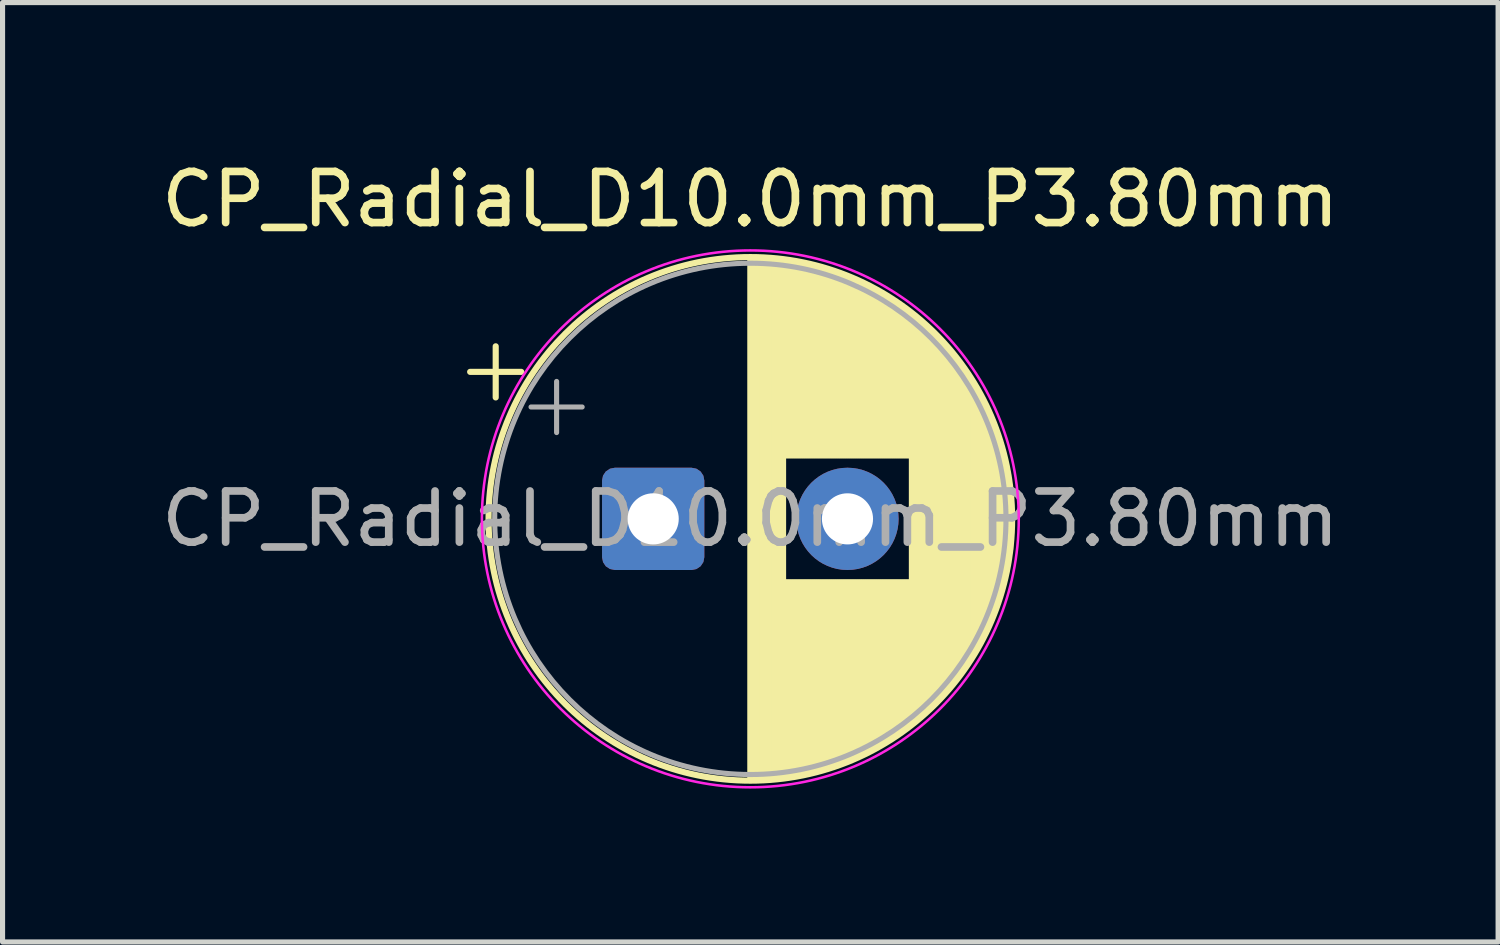
<source format=kicad_pcb>
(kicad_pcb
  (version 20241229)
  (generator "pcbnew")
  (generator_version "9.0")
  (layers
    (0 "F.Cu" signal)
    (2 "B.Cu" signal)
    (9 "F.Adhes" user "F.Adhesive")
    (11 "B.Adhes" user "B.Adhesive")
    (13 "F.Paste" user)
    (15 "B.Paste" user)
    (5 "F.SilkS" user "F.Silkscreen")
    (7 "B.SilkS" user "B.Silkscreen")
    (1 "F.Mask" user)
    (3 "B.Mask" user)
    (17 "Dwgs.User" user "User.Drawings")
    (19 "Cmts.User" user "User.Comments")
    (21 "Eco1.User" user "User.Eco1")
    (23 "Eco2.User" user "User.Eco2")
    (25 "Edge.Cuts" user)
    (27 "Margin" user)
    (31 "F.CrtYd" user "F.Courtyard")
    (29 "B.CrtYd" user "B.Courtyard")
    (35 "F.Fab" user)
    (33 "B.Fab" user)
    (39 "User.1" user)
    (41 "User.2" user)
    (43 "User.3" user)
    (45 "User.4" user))
  (footprint "CP_Radial_D10.0mm_P3.80mm"
    (layer "F.Cu")
    (at 9.725 7.098)
    (property "Reference" "CP_Radial_D10.0mm_P3.80mm" (at 1.9 -6.25 0) (layer "F.SilkS") (effects (font (size 1 1) (thickness 0.15))))
    (attr through_hole)
    (fp_line (start -3.58 -2.875) (end -2.58 -2.875) (stroke (width 0.12) (type solid)) (layer "F.SilkS"))
    (fp_line (start -3.08 -3.375) (end -3.08 -2.375) (stroke (width 0.12) (type solid)) (layer "F.SilkS"))
    (fp_line (start 1.9 -5.08) (end 1.9 5.08) (stroke (width 0.12) (type solid)) (layer "F.SilkS"))
    (fp_line (start 1.94 -5.08) (end 1.94 5.08) (stroke (width 0.12) (type solid)) (layer "F.SilkS"))
    (fp_line (start 1.98 -5.079) (end 1.98 5.079) (stroke (width 0.12) (type solid)) (layer "F.SilkS"))
    (fp_line (start 2.02 -5.079) (end 2.02 5.079) (stroke (width 0.12) (type solid)) (layer "F.SilkS"))
    (fp_line (start 2.06 -5.077) (end 2.06 5.077) (stroke (width 0.12) (type solid)) (layer "F.SilkS"))
    (fp_line (start 2.1 -5.076) (end 2.1 5.076) (stroke (width 0.12) (type solid)) (layer "F.SilkS"))
    (fp_line (start 2.14 -5.074) (end 2.14 5.074) (stroke (width 0.12) (type solid)) (layer "F.SilkS"))
    (fp_line (start 2.18 -5.072) (end 2.18 5.072) (stroke (width 0.12) (type solid)) (layer "F.SilkS"))
    (fp_line (start 2.22 -5.07) (end 2.22 5.07) (stroke (width 0.12) (type solid)) (layer "F.SilkS"))
    (fp_line (start 2.26 -5.067) (end 2.26 5.067) (stroke (width 0.12) (type solid)) (layer "F.SilkS"))
    (fp_line (start 2.3 -5.064) (end 2.3 5.064) (stroke (width 0.12) (type solid)) (layer "F.SilkS"))
    (fp_line (start 2.34 -5.061) (end 2.34 5.061) (stroke (width 0.12) (type solid)) (layer "F.SilkS"))
    (fp_line (start 2.38 -5.057) (end 2.38 5.057) (stroke (width 0.12) (type solid)) (layer "F.SilkS"))
    (fp_line (start 2.42 -5.054) (end 2.42 5.054) (stroke (width 0.12) (type solid)) (layer "F.SilkS"))
    (fp_line (start 2.46 -5.049) (end 2.46 5.049) (stroke (width 0.12) (type solid)) (layer "F.SilkS"))
    (fp_line (start 2.5 -5.045) (end 2.5 5.045) (stroke (width 0.12) (type solid)) (layer "F.SilkS"))
    (fp_line (start 2.54 -5.04) (end 2.54 5.04) (stroke (width 0.12) (type solid)) (layer "F.SilkS"))
    (fp_line (start 2.58 -5.035) (end 2.58 -1.24) (stroke (width 0.12) (type solid)) (layer "F.SilkS"))
    (fp_line (start 2.58 1.24) (end 2.58 5.035) (stroke (width 0.12) (type solid)) (layer "F.SilkS"))
    (fp_line (start 2.62 -5.029) (end 2.62 -1.24) (stroke (width 0.12) (type solid)) (layer "F.SilkS"))
    (fp_line (start 2.62 1.24) (end 2.62 5.029) (stroke (width 0.12) (type solid)) (layer "F.SilkS"))
    (fp_line (start 2.66 -5.023) (end 2.66 -1.24) (stroke (width 0.12) (type solid)) (layer "F.SilkS"))
    (fp_line (start 2.66 1.24) (end 2.66 5.023) (stroke (width 0.12) (type solid)) (layer "F.SilkS"))
    (fp_line (start 2.7 -5.017) (end 2.7 -1.24) (stroke (width 0.12) (type solid)) (layer "F.SilkS"))
    (fp_line (start 2.7 1.24) (end 2.7 5.017) (stroke (width 0.12) (type solid)) (layer "F.SilkS"))
    (fp_line (start 2.74 -5.011) (end 2.74 -1.24) (stroke (width 0.12) (type solid)) (layer "F.SilkS"))
    (fp_line (start 2.74 1.24) (end 2.74 5.011) (stroke (width 0.12) (type solid)) (layer "F.SilkS"))
    (fp_line (start 2.78 -5.004) (end 2.78 -1.24) (stroke (width 0.12) (type solid)) (layer "F.SilkS"))
    (fp_line (start 2.78 1.24) (end 2.78 5.004) (stroke (width 0.12) (type solid)) (layer "F.SilkS"))
    (fp_line (start 2.82 -4.997) (end 2.82 -1.24) (stroke (width 0.12) (type solid)) (layer "F.SilkS"))
    (fp_line (start 2.82 1.24) (end 2.82 4.997) (stroke (width 0.12) (type solid)) (layer "F.SilkS"))
    (fp_line (start 2.86 -4.989) (end 2.86 -1.24) (stroke (width 0.12) (type solid)) (layer "F.SilkS"))
    (fp_line (start 2.86 1.24) (end 2.86 4.989) (stroke (width 0.12) (type solid)) (layer "F.SilkS"))
    (fp_line (start 2.9 -4.981) (end 2.9 -1.24) (stroke (width 0.12) (type solid)) (layer "F.SilkS"))
    (fp_line (start 2.9 1.24) (end 2.9 4.981) (stroke (width 0.12) (type solid)) (layer "F.SilkS"))
    (fp_line (start 2.94 -4.973) (end 2.94 -1.24) (stroke (width 0.12) (type solid)) (layer "F.SilkS"))
    (fp_line (start 2.94 1.24) (end 2.94 4.973) (stroke (width 0.12) (type solid)) (layer "F.SilkS"))
    (fp_line (start 2.98 -4.965) (end 2.98 -1.24) (stroke (width 0.12) (type solid)) (layer "F.SilkS"))
    (fp_line (start 2.98 1.24) (end 2.98 4.965) (stroke (width 0.12) (type solid)) (layer "F.SilkS"))
    (fp_line (start 3.02 -4.956) (end 3.02 -1.24) (stroke (width 0.12) (type solid)) (layer "F.SilkS"))
    (fp_line (start 3.02 1.24) (end 3.02 4.956) (stroke (width 0.12) (type solid)) (layer "F.SilkS"))
    (fp_line (start 3.06 -4.947) (end 3.06 -1.24) (stroke (width 0.12) (type solid)) (layer "F.SilkS"))
    (fp_line (start 3.06 1.24) (end 3.06 4.947) (stroke (width 0.12) (type solid)) (layer "F.SilkS"))
    (fp_line (start 3.1 -4.937) (end 3.1 -1.24) (stroke (width 0.12) (type solid)) (layer "F.SilkS"))
    (fp_line (start 3.1 1.24) (end 3.1 4.937) (stroke (width 0.12) (type solid)) (layer "F.SilkS"))
    (fp_line (start 3.14 -4.928) (end 3.14 -1.24) (stroke (width 0.12) (type solid)) (layer "F.SilkS"))
    (fp_line (start 3.14 1.24) (end 3.14 4.928) (stroke (width 0.12) (type solid)) (layer "F.SilkS"))
    (fp_line (start 3.18 -4.917) (end 3.18 -1.24) (stroke (width 0.12) (type solid)) (layer "F.SilkS"))
    (fp_line (start 3.18 1.24) (end 3.18 4.917) (stroke (width 0.12) (type solid)) (layer "F.SilkS"))
    (fp_line (start 3.22 -4.907) (end 3.22 -1.24) (stroke (width 0.12) (type solid)) (layer "F.SilkS"))
    (fp_line (start 3.22 1.24) (end 3.22 4.907) (stroke (width 0.12) (type solid)) (layer "F.SilkS"))
    (fp_line (start 3.26 -4.896) (end 3.26 -1.24) (stroke (width 0.12) (type solid)) (layer "F.SilkS"))
    (fp_line (start 3.26 1.24) (end 3.26 4.896) (stroke (width 0.12) (type solid)) (layer "F.SilkS"))
    (fp_line (start 3.3 -4.885) (end 3.3 -1.24) (stroke (width 0.12) (type solid)) (layer "F.SilkS"))
    (fp_line (start 3.3 1.24) (end 3.3 4.885) (stroke (width 0.12) (type solid)) (layer "F.SilkS"))
    (fp_line (start 3.34 -4.873) (end 3.34 -1.24) (stroke (width 0.12) (type solid)) (layer "F.SilkS"))
    (fp_line (start 3.34 1.24) (end 3.34 4.873) (stroke (width 0.12) (type solid)) (layer "F.SilkS"))
    (fp_line (start 3.38 -4.861) (end 3.38 -1.24) (stroke (width 0.12) (type solid)) (layer "F.SilkS"))
    (fp_line (start 3.38 1.24) (end 3.38 4.861) (stroke (width 0.12) (type solid)) (layer "F.SilkS"))
    (fp_line (start 3.42 -4.849) (end 3.42 -1.24) (stroke (width 0.12) (type solid)) (layer "F.SilkS"))
    (fp_line (start 3.42 1.24) (end 3.42 4.849) (stroke (width 0.12) (type solid)) (layer "F.SilkS"))
    (fp_line (start 3.46 -4.837) (end 3.46 -1.24) (stroke (width 0.12) (type solid)) (layer "F.SilkS"))
    (fp_line (start 3.46 1.24) (end 3.46 4.837) (stroke (width 0.12) (type solid)) (layer "F.SilkS"))
    (fp_line (start 3.5 -4.824) (end 3.5 -1.24) (stroke (width 0.12) (type solid)) (layer "F.SilkS"))
    (fp_line (start 3.5 1.24) (end 3.5 4.824) (stroke (width 0.12) (type solid)) (layer "F.SilkS"))
    (fp_line (start 3.54 -4.81) (end 3.54 -1.24) (stroke (width 0.12) (type solid)) (layer "F.SilkS"))
    (fp_line (start 3.54 1.24) (end 3.54 4.81) (stroke (width 0.12) (type solid)) (layer "F.SilkS"))
    (fp_line (start 3.58 -4.797) (end 3.58 -1.24) (stroke (width 0.12) (type solid)) (layer "F.SilkS"))
    (fp_line (start 3.58 1.24) (end 3.58 4.797) (stroke (width 0.12) (type solid)) (layer "F.SilkS"))
    (fp_line (start 3.62 -4.782) (end 3.62 -1.24) (stroke (width 0.12) (type solid)) (layer "F.SilkS"))
    (fp_line (start 3.62 1.24) (end 3.62 4.782) (stroke (width 0.12) (type solid)) (layer "F.SilkS"))
    (fp_line (start 3.66 -4.768) (end 3.66 -1.24) (stroke (width 0.12) (type solid)) (layer "F.SilkS"))
    (fp_line (start 3.66 1.24) (end 3.66 4.768) (stroke (width 0.12) (type solid)) (layer "F.SilkS"))
    (fp_line (start 3.7 -4.753) (end 3.7 -1.24) (stroke (width 0.12) (type solid)) (layer "F.SilkS"))
    (fp_line (start 3.7 1.24) (end 3.7 4.753) (stroke (width 0.12) (type solid)) (layer "F.SilkS"))
    (fp_line (start 3.74 -4.738) (end 3.74 -1.24) (stroke (width 0.12) (type solid)) (layer "F.SilkS"))
    (fp_line (start 3.74 1.24) (end 3.74 4.738) (stroke (width 0.12) (type solid)) (layer "F.SilkS"))
    (fp_line (start 3.78 -4.722) (end 3.78 -1.24) (stroke (width 0.12) (type solid)) (layer "F.SilkS"))
    (fp_line (start 3.78 1.24) (end 3.78 4.722) (stroke (width 0.12) (type solid)) (layer "F.SilkS"))
    (fp_line (start 3.82 -4.706) (end 3.82 -1.24) (stroke (width 0.12) (type solid)) (layer "F.SilkS"))
    (fp_line (start 3.82 1.24) (end 3.82 4.706) (stroke (width 0.12) (type solid)) (layer "F.SilkS"))
    (fp_line (start 3.86 -4.69) (end 3.86 -1.24) (stroke (width 0.12) (type solid)) (layer "F.SilkS"))
    (fp_line (start 3.86 1.24) (end 3.86 4.69) (stroke (width 0.12) (type solid)) (layer "F.SilkS"))
    (fp_line (start 3.9 -4.673) (end 3.9 -1.24) (stroke (width 0.12) (type solid)) (layer "F.SilkS"))
    (fp_line (start 3.9 1.24) (end 3.9 4.673) (stroke (width 0.12) (type solid)) (layer "F.SilkS"))
    (fp_line (start 3.94 -4.656) (end 3.94 -1.24) (stroke (width 0.12) (type solid)) (layer "F.SilkS"))
    (fp_line (start 3.94 1.24) (end 3.94 4.656) (stroke (width 0.12) (type solid)) (layer "F.SilkS"))
    (fp_line (start 3.98 -4.638) (end 3.98 -1.24) (stroke (width 0.12) (type solid)) (layer "F.SilkS"))
    (fp_line (start 3.98 1.24) (end 3.98 4.638) (stroke (width 0.12) (type solid)) (layer "F.SilkS"))
    (fp_line (start 4.02 -4.62) (end 4.02 -1.24) (stroke (width 0.12) (type solid)) (layer "F.SilkS"))
    (fp_line (start 4.02 1.24) (end 4.02 4.62) (stroke (width 0.12) (type solid)) (layer "F.SilkS"))
    (fp_line (start 4.06 -4.602) (end 4.06 -1.24) (stroke (width 0.12) (type solid)) (layer "F.SilkS"))
    (fp_line (start 4.06 1.24) (end 4.06 4.602) (stroke (width 0.12) (type solid)) (layer "F.SilkS"))
    (fp_line (start 4.1 -4.583) (end 4.1 -1.24) (stroke (width 0.12) (type solid)) (layer "F.SilkS"))
    (fp_line (start 4.1 1.24) (end 4.1 4.583) (stroke (width 0.12) (type solid)) (layer "F.SilkS"))
    (fp_line (start 4.14 -4.564) (end 4.14 -1.24) (stroke (width 0.12) (type solid)) (layer "F.SilkS"))
    (fp_line (start 4.14 1.24) (end 4.14 4.564) (stroke (width 0.12) (type solid)) (layer "F.SilkS"))
    (fp_line (start 4.18 -4.544) (end 4.18 -1.24) (stroke (width 0.12) (type solid)) (layer "F.SilkS"))
    (fp_line (start 4.18 1.24) (end 4.18 4.544) (stroke (width 0.12) (type solid)) (layer "F.SilkS"))
    (fp_line (start 4.22 -4.524) (end 4.22 -1.24) (stroke (width 0.12) (type solid)) (layer "F.SilkS"))
    (fp_line (start 4.22 1.24) (end 4.22 4.524) (stroke (width 0.12) (type solid)) (layer "F.SilkS"))
    (fp_line (start 4.26 -4.504) (end 4.26 -1.24) (stroke (width 0.12) (type solid)) (layer "F.SilkS"))
    (fp_line (start 4.26 1.24) (end 4.26 4.504) (stroke (width 0.12) (type solid)) (layer "F.SilkS"))
    (fp_line (start 4.3 -4.483) (end 4.3 -1.24) (stroke (width 0.12) (type solid)) (layer "F.SilkS"))
    (fp_line (start 4.3 1.24) (end 4.3 4.483) (stroke (width 0.12) (type solid)) (layer "F.SilkS"))
    (fp_line (start 4.34 -4.461) (end 4.34 -1.24) (stroke (width 0.12) (type solid)) (layer "F.SilkS"))
    (fp_line (start 4.34 1.24) (end 4.34 4.461) (stroke (width 0.12) (type solid)) (layer "F.SilkS"))
    (fp_line (start 4.38 -4.439) (end 4.38 -1.24) (stroke (width 0.12) (type solid)) (layer "F.SilkS"))
    (fp_line (start 4.38 1.24) (end 4.38 4.439) (stroke (width 0.12) (type solid)) (layer "F.SilkS"))
    (fp_line (start 4.42 -4.417) (end 4.42 -1.24) (stroke (width 0.12) (type solid)) (layer "F.SilkS"))
    (fp_line (start 4.42 1.24) (end 4.42 4.417) (stroke (width 0.12) (type solid)) (layer "F.SilkS"))
    (fp_line (start 4.46 -4.394) (end 4.46 -1.24) (stroke (width 0.12) (type solid)) (layer "F.SilkS"))
    (fp_line (start 4.46 1.24) (end 4.46 4.394) (stroke (width 0.12) (type solid)) (layer "F.SilkS"))
    (fp_line (start 4.5 -4.371) (end 4.5 -1.24) (stroke (width 0.12) (type solid)) (layer "F.SilkS"))
    (fp_line (start 4.5 1.24) (end 4.5 4.371) (stroke (width 0.12) (type solid)) (layer "F.SilkS"))
    (fp_line (start 4.54 -4.347) (end 4.54 -1.24) (stroke (width 0.12) (type solid)) (layer "F.SilkS"))
    (fp_line (start 4.54 1.24) (end 4.54 4.347) (stroke (width 0.12) (type solid)) (layer "F.SilkS"))
    (fp_line (start 4.58 -4.323) (end 4.58 -1.24) (stroke (width 0.12) (type solid)) (layer "F.SilkS"))
    (fp_line (start 4.58 1.24) (end 4.58 4.323) (stroke (width 0.12) (type solid)) (layer "F.SilkS"))
    (fp_line (start 4.62 -4.298) (end 4.62 -1.24) (stroke (width 0.12) (type solid)) (layer "F.SilkS"))
    (fp_line (start 4.62 1.24) (end 4.62 4.298) (stroke (width 0.12) (type solid)) (layer "F.SilkS"))
    (fp_line (start 4.66 -4.272) (end 4.66 -1.24) (stroke (width 0.12) (type solid)) (layer "F.SilkS"))
    (fp_line (start 4.66 1.24) (end 4.66 4.272) (stroke (width 0.12) (type solid)) (layer "F.SilkS"))
    (fp_line (start 4.7 -4.247) (end 4.7 -1.24) (stroke (width 0.12) (type solid)) (layer "F.SilkS"))
    (fp_line (start 4.7 1.24) (end 4.7 4.247) (stroke (width 0.12) (type solid)) (layer "F.SilkS"))
    (fp_line (start 4.74 -4.22) (end 4.74 -1.24) (stroke (width 0.12) (type solid)) (layer "F.SilkS"))
    (fp_line (start 4.74 1.24) (end 4.74 4.22) (stroke (width 0.12) (type solid)) (layer "F.SilkS"))
    (fp_line (start 4.78 -4.193) (end 4.78 -1.24) (stroke (width 0.12) (type solid)) (layer "F.SilkS"))
    (fp_line (start 4.78 1.24) (end 4.78 4.193) (stroke (width 0.12) (type solid)) (layer "F.SilkS"))
    (fp_line (start 4.82 -4.166) (end 4.82 -1.24) (stroke (width 0.12) (type solid)) (layer "F.SilkS"))
    (fp_line (start 4.82 1.24) (end 4.82 4.166) (stroke (width 0.12) (type solid)) (layer "F.SilkS"))
    (fp_line (start 4.86 -4.138) (end 4.86 -1.24) (stroke (width 0.12) (type solid)) (layer "F.SilkS"))
    (fp_line (start 4.86 1.24) (end 4.86 4.138) (stroke (width 0.12) (type solid)) (layer "F.SilkS"))
    (fp_line (start 4.9 -4.109) (end 4.9 -1.24) (stroke (width 0.12) (type solid)) (layer "F.SilkS"))
    (fp_line (start 4.9 1.24) (end 4.9 4.109) (stroke (width 0.12) (type solid)) (layer "F.SilkS"))
    (fp_line (start 4.94 -4.08) (end 4.94 -1.24) (stroke (width 0.12) (type solid)) (layer "F.SilkS"))
    (fp_line (start 4.94 1.24) (end 4.94 4.08) (stroke (width 0.12) (type solid)) (layer "F.SilkS"))
    (fp_line (start 4.98 -4.05) (end 4.98 -1.24) (stroke (width 0.12) (type solid)) (layer "F.SilkS"))
    (fp_line (start 4.98 1.24) (end 4.98 4.05) (stroke (width 0.12) (type solid)) (layer "F.SilkS"))
    (fp_line (start 5.02 -4.02) (end 5.02 -1.24) (stroke (width 0.12) (type solid)) (layer "F.SilkS"))
    (fp_line (start 5.02 1.24) (end 5.02 4.02) (stroke (width 0.12) (type solid)) (layer "F.SilkS"))
    (fp_line (start 5.06 -3.988) (end 5.06 3.988) (stroke (width 0.12) (type solid)) (layer "F.SilkS"))
    (fp_line (start 5.1 -3.957) (end 5.1 3.957) (stroke (width 0.12) (type solid)) (layer "F.SilkS"))
    (fp_line (start 5.14 -3.924) (end 5.14 3.924) (stroke (width 0.12) (type solid)) (layer "F.SilkS"))
    (fp_line (start 5.18 -3.891) (end 5.18 3.891) (stroke (width 0.12) (type solid)) (layer "F.SilkS"))
    (fp_line (start 5.22 -3.858) (end 5.22 3.858) (stroke (width 0.12) (type solid)) (layer "F.SilkS"))
    (fp_line (start 5.26 -3.823) (end 5.26 3.823) (stroke (width 0.12) (type solid)) (layer "F.SilkS"))
    (fp_line (start 5.3 -3.788) (end 5.3 3.788) (stroke (width 0.12) (type solid)) (layer "F.SilkS"))
    (fp_line (start 5.34 -3.752) (end 5.34 3.752) (stroke (width 0.12) (type solid)) (layer "F.SilkS"))
    (fp_line (start 5.38 -3.716) (end 5.38 3.716) (stroke (width 0.12) (type solid)) (layer "F.SilkS"))
    (fp_line (start 5.42 -3.678) (end 5.42 3.678) (stroke (width 0.12) (type solid)) (layer "F.SilkS"))
    (fp_line (start 5.46 -3.64) (end 5.46 3.64) (stroke (width 0.12) (type solid)) (layer "F.SilkS"))
    (fp_line (start 5.5 -3.601) (end 5.5 3.601) (stroke (width 0.12) (type solid)) (layer "F.SilkS"))
    (fp_line (start 5.54 -3.561) (end 5.54 3.561) (stroke (width 0.12) (type solid)) (layer "F.SilkS"))
    (fp_line (start 5.58 -3.52) (end 5.58 3.52) (stroke (width 0.12) (type solid)) (layer "F.SilkS"))
    (fp_line (start 5.62 -3.478) (end 5.62 3.478) (stroke (width 0.12) (type solid)) (layer "F.SilkS"))
    (fp_line (start 5.66 -3.435) (end 5.66 3.435) (stroke (width 0.12) (type solid)) (layer "F.SilkS"))
    (fp_line (start 5.7 -3.391) (end 5.7 3.391) (stroke (width 0.12) (type solid)) (layer "F.SilkS"))
    (fp_line (start 5.74 -3.347) (end 5.74 3.347) (stroke (width 0.12) (type solid)) (layer "F.SilkS"))
    (fp_line (start 5.78 -3.301) (end 5.78 3.301) (stroke (width 0.12) (type solid)) (layer "F.SilkS"))
    (fp_line (start 5.82 -3.254) (end 5.82 3.254) (stroke (width 0.12) (type solid)) (layer "F.SilkS"))
    (fp_line (start 5.86 -3.205) (end 5.86 3.205) (stroke (width 0.12) (type solid)) (layer "F.SilkS"))
    (fp_line (start 5.9 -3.156) (end 5.9 3.156) (stroke (width 0.12) (type solid)) (layer "F.SilkS"))
    (fp_line (start 5.94 -3.105) (end 5.94 3.105) (stroke (width 0.12) (type solid)) (layer "F.SilkS"))
    (fp_line (start 5.98 -3.053) (end 5.98 3.053) (stroke (width 0.12) (type solid)) (layer "F.SilkS"))
    (fp_line (start 6.02 -3) (end 6.02 3) (stroke (width 0.12) (type solid)) (layer "F.SilkS"))
    (fp_line (start 6.06 -2.945) (end 6.06 2.945) (stroke (width 0.12) (type solid)) (layer "F.SilkS"))
    (fp_line (start 6.1 -2.888) (end 6.1 2.888) (stroke (width 0.12) (type solid)) (layer "F.SilkS"))
    (fp_line (start 6.14 -2.83) (end 6.14 2.83) (stroke (width 0.12) (type solid)) (layer "F.SilkS"))
    (fp_line (start 6.18 -2.77) (end 6.18 2.77) (stroke (width 0.12) (type solid)) (layer "F.SilkS"))
    (fp_line (start 6.22 -2.708) (end 6.22 2.708) (stroke (width 0.12) (type solid)) (layer "F.SilkS"))
    (fp_line (start 6.26 -2.644) (end 6.26 2.644) (stroke (width 0.12) (type solid)) (layer "F.SilkS"))
    (fp_line (start 6.3 -2.578) (end 6.3 2.578) (stroke (width 0.12) (type solid)) (layer "F.SilkS"))
    (fp_line (start 6.34 -2.51) (end 6.34 2.51) (stroke (width 0.12) (type solid)) (layer "F.SilkS"))
    (fp_line (start 6.38 -2.439) (end 6.38 2.439) (stroke (width 0.12) (type solid)) (layer "F.SilkS"))
    (fp_line (start 6.42 -2.365) (end 6.42 2.365) (stroke (width 0.12) (type solid)) (layer "F.SilkS"))
    (fp_line (start 6.46 -2.288) (end 6.46 2.288) (stroke (width 0.12) (type solid)) (layer "F.SilkS"))
    (fp_line (start 6.5 -2.208) (end 6.5 2.208) (stroke (width 0.12) (type solid)) (layer "F.SilkS"))
    (fp_line (start 6.54 -2.124) (end 6.54 2.124) (stroke (width 0.12) (type solid)) (layer "F.SilkS"))
    (fp_line (start 6.58 -2.037) (end 6.58 2.037) (stroke (width 0.12) (type solid)) (layer "F.SilkS"))
    (fp_line (start 6.62 -1.944) (end 6.62 1.944) (stroke (width 0.12) (type solid)) (layer "F.SilkS"))
    (fp_line (start 6.66 -1.846) (end 6.66 1.846) (stroke (width 0.12) (type solid)) (layer "F.SilkS"))
    (fp_line (start 6.7 -1.742) (end 6.7 1.742) (stroke (width 0.12) (type solid)) (layer "F.SilkS"))
    (fp_line (start 6.74 -1.63) (end 6.74 1.63) (stroke (width 0.12) (type solid)) (layer "F.SilkS"))
    (fp_line (start 6.78 -1.509) (end 6.78 1.509) (stroke (width 0.12) (type solid)) (layer "F.SilkS"))
    (fp_line (start 6.82 -1.377) (end 6.82 1.377) (stroke (width 0.12) (type solid)) (layer "F.SilkS"))
    (fp_line (start 6.86 -1.23) (end 6.86 1.23) (stroke (width 0.12) (type solid)) (layer "F.SilkS"))
    (fp_line (start 6.9 -1.062) (end 6.9 1.062) (stroke (width 0.12) (type solid)) (layer "F.SilkS"))
    (fp_line (start 6.94 -0.862) (end 6.94 0.862) (stroke (width 0.12) (type solid)) (layer "F.SilkS"))
    (fp_line (start 6.98 -0.599) (end 6.98 0.599) (stroke (width 0.12) (type solid)) (layer "F.SilkS"))
    (fp_circle (center 1.9 0) (end 7.02 0) (stroke (width 0.12) (type solid)) (fill no) (layer "F.SilkS"))
    (fp_circle (center 1.9 0) (end 7.15 0) (stroke (width 0.05) (type solid)) (fill no) (layer "F.CrtYd"))
    (fp_line (start -2.389 -2.188) (end -1.389 -2.188) (stroke (width 0.1) (type solid)) (layer "F.Fab"))
    (fp_line (start -1.889 -2.688) (end -1.889 -1.688) (stroke (width 0.1) (type solid)) (layer "F.Fab"))
    (fp_circle (center 1.9 0) (end 6.9 0) (stroke (width 0.1) (type solid)) (fill no) (layer "F.Fab"))
    (fp_text user "${REFERENCE}" (at 1.9 0 0) (layer "F.Fab") (effects (font (size 1 1) (thickness 0.15))))
    (pad "1" thru_hole roundrect (at 0 0) (size 2 2) (drill 1) (layers "*.Cu" "*.Mask") (roundrect_rratio 0.125))
    (pad "2" thru_hole circle (at 3.8 0) (size 2 2) (drill 1) (layers "*.Cu" "*.Mask")))
  (gr_rect
    (start -3 -3)
    (end 26.25 15.373)
    (stroke (width 0.1) (type default))
    (fill no)
    (layer "Edge.Cuts")))
</source>
